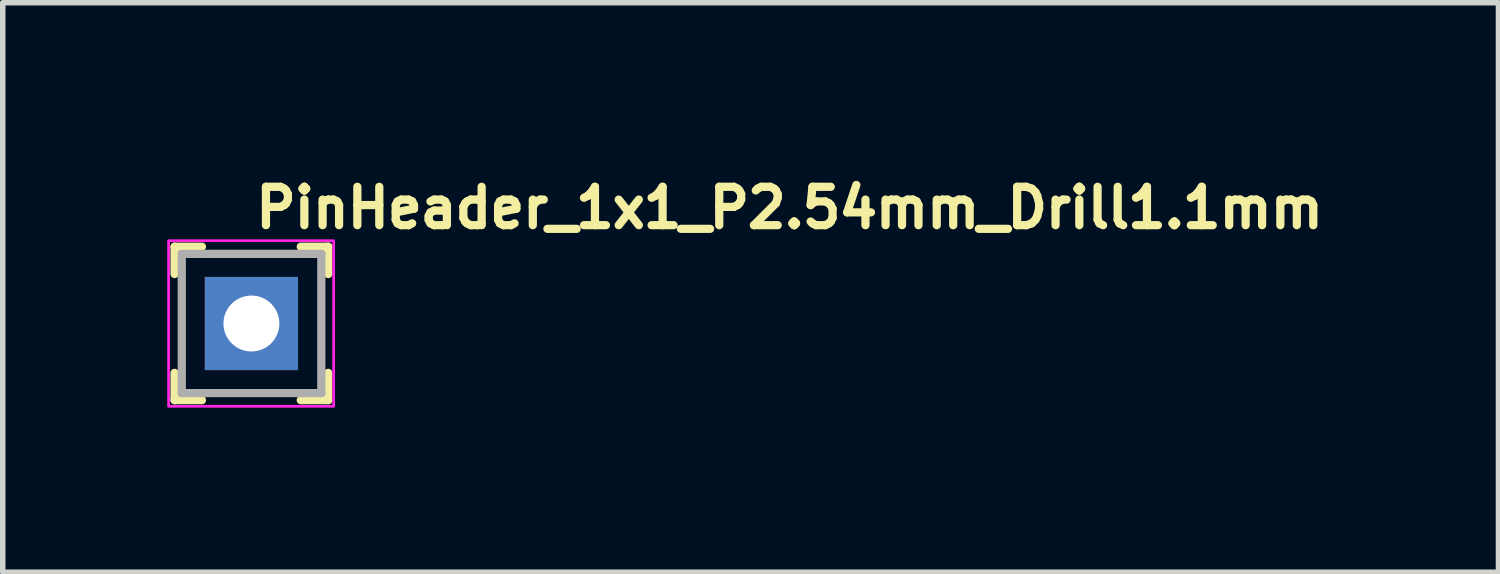
<source format=kicad_pcb>
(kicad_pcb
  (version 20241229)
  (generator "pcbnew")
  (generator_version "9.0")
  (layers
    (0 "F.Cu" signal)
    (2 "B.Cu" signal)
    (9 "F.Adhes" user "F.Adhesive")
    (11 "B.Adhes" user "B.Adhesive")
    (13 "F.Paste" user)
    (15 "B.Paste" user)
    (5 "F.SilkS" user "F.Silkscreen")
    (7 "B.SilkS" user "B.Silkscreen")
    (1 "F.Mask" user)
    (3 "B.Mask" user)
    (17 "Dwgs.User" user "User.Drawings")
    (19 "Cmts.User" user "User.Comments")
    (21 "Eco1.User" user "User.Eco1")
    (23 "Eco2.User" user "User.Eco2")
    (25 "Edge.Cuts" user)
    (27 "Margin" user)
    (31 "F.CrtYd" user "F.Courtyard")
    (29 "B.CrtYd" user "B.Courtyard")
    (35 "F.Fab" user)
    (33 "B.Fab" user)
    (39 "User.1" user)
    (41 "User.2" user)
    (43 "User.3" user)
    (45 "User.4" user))
  (footprint "PinHeader_1x1_P2.54mm_Drill1.1mm"
    (layer "F.Cu")
    (at 1.535 2.85)
    (property "Reference" "PinHeader_1x1_P2.54mm_Drill1.1mm" (at 0 -1.7 0) (layer "F.SilkS") (effects (font (size 0.7 0.7) (thickness 0.15)) (justify left bottom)))
    (attr through_hole)
    (fp_line (start -1.401 -1.401) (end -1.401 -0.902) (stroke (width 0.15) (type solid)) (layer "F.SilkS"))
    (fp_line (start -1.401 -1.401) (end -0.902 -1.401) (stroke (width 0.15) (type solid)) (layer "F.SilkS"))
    (fp_line (start -1.401 1.398) (end -1.401 0.9) (stroke (width 0.15) (type solid)) (layer "F.SilkS"))
    (fp_line (start -1.401 1.398) (end -0.902 1.398) (stroke (width 0.15) (type solid)) (layer "F.SilkS"))
    (fp_line (start 1.4 -1.401) (end 0.9 -1.401) (stroke (width 0.15) (type solid)) (layer "F.SilkS"))
    (fp_line (start 1.4 -1.401) (end 1.4 -0.902) (stroke (width 0.15) (type solid)) (layer "F.SilkS"))
    (fp_line (start 1.4 1.398) (end 0.9 1.398) (stroke (width 0.15) (type solid)) (layer "F.SilkS"))
    (fp_line (start 1.4 1.398) (end 1.4 0.9) (stroke (width 0.15) (type solid)) (layer "F.SilkS"))
    (fp_rect (start -1.51 -1.51) (end 1.5 1.51) (stroke (width 0.05) (type solid)) (fill no) (layer "F.CrtYd"))
    (fp_line (start -1.27 -1.27) (end 1.275 -1.27) (stroke (width 0.15) (type solid)) (layer "F.Fab"))
    (fp_line (start -1.27 1.269) (end -1.27 -1.27) (stroke (width 0.15) (type solid)) (layer "F.Fab"))
    (fp_line (start -1.27 1.269) (end 1.275 1.269) (stroke (width 0.15) (type solid)) (layer "F.Fab"))
    (fp_line (start 1.275 1.269) (end 1.275 -1.27) (stroke (width 0.15) (type solid)) (layer "F.Fab"))
    (fp_rect (start -1.27 -1.27) (end 1.275 1.269) (stroke (width 0.1) (type solid)) (fill no) (layer "User.5"))
    (fp_line (start -1.27 0.77) (end -1.27 -0.772) (stroke (width 0.02) (type solid)) (layer "User.9"))
    (fp_line (start -1.27 0.77) (end -1.02 1.269) (stroke (width 0.02) (type solid)) (layer "User.9"))
    (fp_line (start -1.02 -1.27) (end -1.27 -0.772) (stroke (width 0.02) (type solid)) (layer "User.9"))
    (fp_line (start -0.32 -0.32) (end -0.12 -0.12) (stroke (width 0.02) (type solid)) (layer "User.9"))
    (fp_line (start -0.32 -0.32) (end 0.32 -0.32) (stroke (width 0.02) (type solid)) (layer "User.9"))
    (fp_line (start -0.32 0.32) (end -0.32 -0.32) (stroke (width 0.02) (type solid)) (layer "User.9"))
    (fp_line (start -0.12 -0.12) (end -0.12 0.119) (stroke (width 0.02) (type solid)) (layer "User.9"))
    (fp_line (start -0.12 0.119) (end -0.32 0.32) (stroke (width 0.02) (type solid)) (layer "User.9"))
    (fp_line (start -0.12 0.119) (end 0.119 0.119) (stroke (width 0.02) (type solid)) (layer "User.9"))
    (fp_line (start 0.119 -0.12) (end -0.12 -0.12) (stroke (width 0.02) (type solid)) (layer "User.9"))
    (fp_line (start 0.119 -0.12) (end 0.32 -0.32) (stroke (width 0.02) (type solid)) (layer "User.9"))
    (fp_line (start 0.119 0.119) (end 0.119 -0.12) (stroke (width 0.02) (type solid)) (layer "User.9"))
    (fp_line (start 0.119 0.119) (end 0.32 0.32) (stroke (width 0.02) (type solid)) (layer "User.9"))
    (fp_line (start 0.32 -0.32) (end 0.32 0.32) (stroke (width 0.02) (type solid)) (layer "User.9"))
    (fp_line (start 0.32 0.32) (end -0.32 0.32) (stroke (width 0.02) (type solid)) (layer "User.9"))
    (fp_line (start 1.019 -1.27) (end -1.02 -1.27) (stroke (width 0.02) (type solid)) (layer "User.9"))
    (fp_line (start 1.019 1.269) (end -1.02 1.269) (stroke (width 0.02) (type solid)) (layer "User.9"))
    (fp_line (start 1.019 1.269) (end 1.269 0.77) (stroke (width 0.02) (type solid)) (layer "User.9"))
    (fp_line (start 1.269 -0.772) (end 1.019 -1.27) (stroke (width 0.02) (type solid)) (layer "User.9"))
    (fp_line (start 1.269 0.77) (end 1.269 -0.772) (stroke (width 0.02) (type solid)) (layer "User.9"))
    (pad "1" thru_hole rect (at 0 0) (size 1.7 1.7) (drill 1.02) (layers "*.Cu" "*.Mask")))
  (gr_rect
    (start -3 -3)
    (end 24.278 7.385)
    (stroke (width 0.1) (type default))
    (fill no)
    (layer "Edge.Cuts")))
</source>
